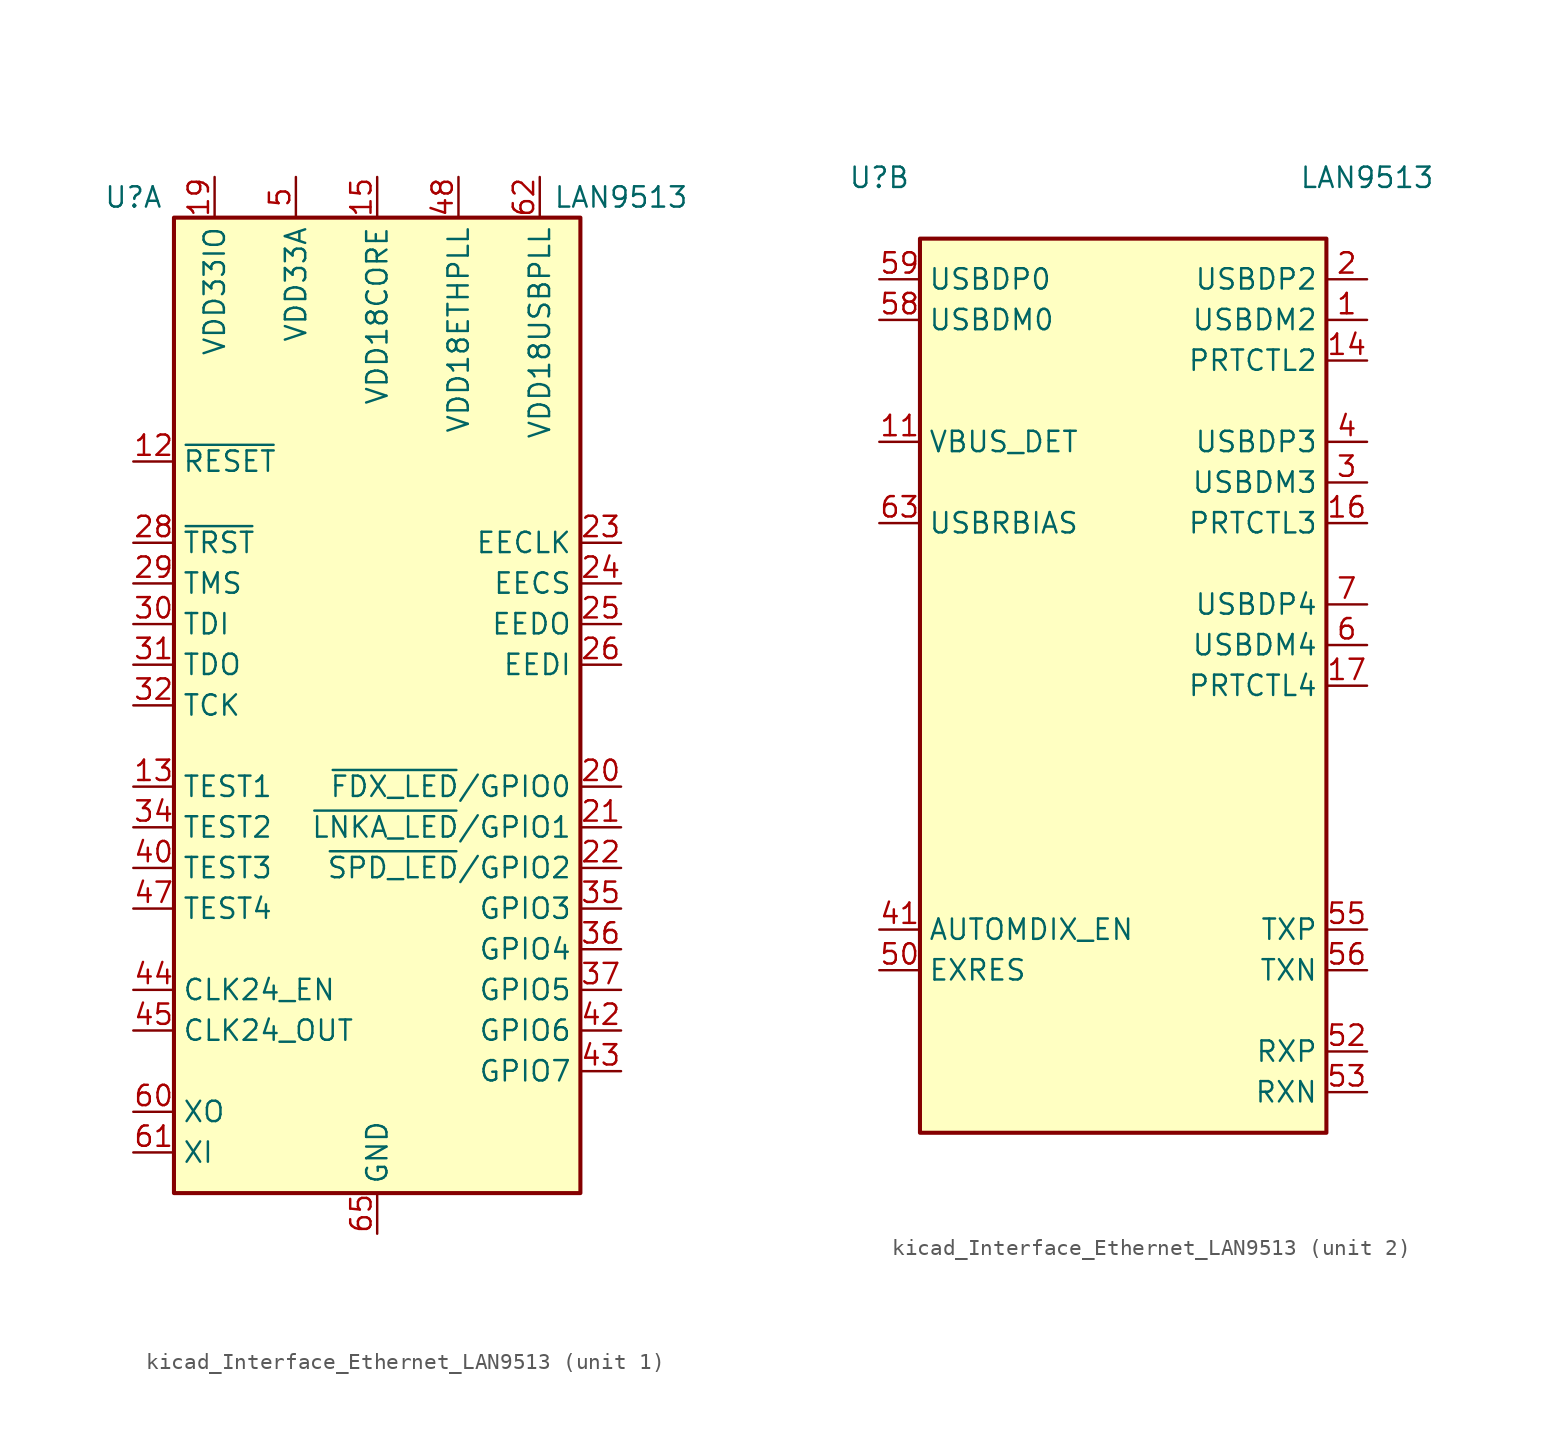
<source format=kicad_sym>
(kicad_symbol_lib
  (version 20220914)
  (generator kicad_symbol_editor)
  (symbol "kicad_Interface_Ethernet_LAN9513"
    (property "Reference" "U"
      (at -15.24 31.75 0)
      (effects (font (size 1.27 1.27))))
    (property "Value" "LAN9513"
      (at 15.24 31.75 0)
      (effects (font (size 1.27 1.27))))
    (property "ki_locked" ""
      (at 0 0 0)
      (effects (font (size 1.27 1.27))))
    (symbol "kicad_Interface_Ethernet_LAN9513_1_1"
      (rectangle (start -12.7 30.48) (end 12.7 -30.48) (stroke (width 0.254) (type default)) (fill (type background)))
      (pin passive line (at -5.08 33.02 270) (length 2.54) hide (name "VDD33A" (effects (font (size 1.27 1.27)))) (number "10" (effects (font (size 1.27 1.27)))))
      (pin input line (at -15.24 15.24 0) (length 2.54) (name "~{RESET}" (effects (font (size 1.27 1.27)))) (number "12" (effects (font (size 1.27 1.27)))))
      (pin input line (at -15.24 -5.08 0) (length 2.54) (name "TEST1" (effects (font (size 1.27 1.27)))) (number "13" (effects (font (size 1.27 1.27)))))
      (pin power_in line (at 0 33.02 270) (length 2.54) (name "VDD18CORE" (effects (font (size 1.27 1.27)))) (number "15" (effects (font (size 1.27 1.27)))))
      (pin power_in line (at -10.16 33.02 270) (length 2.54) (name "VDD33IO" (effects (font (size 1.27 1.27)))) (number "19" (effects (font (size 1.27 1.27)))))
      (pin bidirectional line (at 15.24 -5.08 180) (length 2.54) (name "~{FDX_LED}/GPIO0" (effects (font (size 1.27 1.27)))) (number "20" (effects (font (size 1.27 1.27)))))
      (pin bidirectional line (at 15.24 -7.62 180) (length 2.54) (name "~{LNKA_LED}/GPIO1" (effects (font (size 1.27 1.27)))) (number "21" (effects (font (size 1.27 1.27)))))
      (pin bidirectional line (at 15.24 -10.16 180) (length 2.54) (name "~{SPD_LED}/GPIO2" (effects (font (size 1.27 1.27)))) (number "22" (effects (font (size 1.27 1.27)))))
      (pin output line (at 15.24 10.16 180) (length 2.54) (name "EECLK" (effects (font (size 1.27 1.27)))) (number "23" (effects (font (size 1.27 1.27)))))
      (pin output line (at 15.24 7.62 180) (length 2.54) (name "EECS" (effects (font (size 1.27 1.27)))) (number "24" (effects (font (size 1.27 1.27)))))
      (pin output line (at 15.24 5.08 180) (length 2.54) (name "EEDO" (effects (font (size 1.27 1.27)))) (number "25" (effects (font (size 1.27 1.27)))))
      (pin input line (at 15.24 2.54 180) (length 2.54) (name "EEDI" (effects (font (size 1.27 1.27)))) (number "26" (effects (font (size 1.27 1.27)))))
      (pin passive line (at -10.16 33.02 270) (length 2.54) hide (name "VDD33IO" (effects (font (size 1.27 1.27)))) (number "27" (effects (font (size 1.27 1.27)))))
      (pin input line (at -15.24 10.16 0) (length 2.54) (name "~{TRST}" (effects (font (size 1.27 1.27)))) (number "28" (effects (font (size 1.27 1.27)))))
      (pin input line (at -15.24 7.62 0) (length 2.54) (name "TMS" (effects (font (size 1.27 1.27)))) (number "29" (effects (font (size 1.27 1.27)))))
      (pin input line (at -15.24 5.08 0) (length 2.54) (name "TDI" (effects (font (size 1.27 1.27)))) (number "30" (effects (font (size 1.27 1.27)))))
      (pin output line (at -15.24 2.54 0) (length 2.54) (name "TDO" (effects (font (size 1.27 1.27)))) (number "31" (effects (font (size 1.27 1.27)))))
      (pin input line (at -15.24 0 0) (length 2.54) (name "TCK" (effects (font (size 1.27 1.27)))) (number "32" (effects (font (size 1.27 1.27)))))
      (pin passive line (at -10.16 33.02 270) (length 2.54) hide (name "VDD33IO" (effects (font (size 1.27 1.27)))) (number "33" (effects (font (size 1.27 1.27)))))
      (pin input line (at -15.24 -7.62 0) (length 2.54) (name "TEST2" (effects (font (size 1.27 1.27)))) (number "34" (effects (font (size 1.27 1.27)))))
      (pin bidirectional line (at 15.24 -12.7 180) (length 2.54) (name "GPIO3" (effects (font (size 1.27 1.27)))) (number "35" (effects (font (size 1.27 1.27)))))
      (pin bidirectional line (at 15.24 -15.24 180) (length 2.54) (name "GPIO4" (effects (font (size 1.27 1.27)))) (number "36" (effects (font (size 1.27 1.27)))))
      (pin bidirectional line (at 15.24 -17.78 180) (length 2.54) (name "GPIO5" (effects (font (size 1.27 1.27)))) (number "37" (effects (font (size 1.27 1.27)))))
      (pin passive line (at 0 33.02 270) (length 2.54) hide (name "VDD18CORE" (effects (font (size 1.27 1.27)))) (number "38" (effects (font (size 1.27 1.27)))))
      (pin passive line (at -10.16 33.02 270) (length 2.54) hide (name "VDD33IO" (effects (font (size 1.27 1.27)))) (number "39" (effects (font (size 1.27 1.27)))))
      (pin input line (at -15.24 -10.16 0) (length 2.54) (name "TEST3" (effects (font (size 1.27 1.27)))) (number "40" (effects (font (size 1.27 1.27)))))
      (pin bidirectional line (at 15.24 -20.32 180) (length 2.54) (name "GPIO6" (effects (font (size 1.27 1.27)))) (number "42" (effects (font (size 1.27 1.27)))))
      (pin bidirectional line (at 15.24 -22.86 180) (length 2.54) (name "GPIO7" (effects (font (size 1.27 1.27)))) (number "43" (effects (font (size 1.27 1.27)))))
      (pin input line (at -15.24 -17.78 0) (length 2.54) (name "CLK24_EN" (effects (font (size 1.27 1.27)))) (number "44" (effects (font (size 1.27 1.27)))))
      (pin output line (at -15.24 -20.32 0) (length 2.54) (name "CLK24_OUT" (effects (font (size 1.27 1.27)))) (number "45" (effects (font (size 1.27 1.27)))))
      (pin passive line (at -10.16 33.02 270) (length 2.54) hide (name "VDD33IO" (effects (font (size 1.27 1.27)))) (number "46" (effects (font (size 1.27 1.27)))))
      (pin input line (at -15.24 -12.7 0) (length 2.54) (name "TEST4" (effects (font (size 1.27 1.27)))) (number "47" (effects (font (size 1.27 1.27)))))
      (pin power_in line (at 5.08 33.02 270) (length 2.54) (name "VDD18ETHPLL" (effects (font (size 1.27 1.27)))) (number "48" (effects (font (size 1.27 1.27)))))
      (pin passive line (at -5.08 33.02 270) (length 2.54) hide (name "VDD33A" (effects (font (size 1.27 1.27)))) (number "49" (effects (font (size 1.27 1.27)))))
      (pin power_in line (at -5.08 33.02 270) (length 2.54) (name "VDD33A" (effects (font (size 1.27 1.27)))) (number "5" (effects (font (size 1.27 1.27)))))
      (pin passive line (at -5.08 33.02 270) (length 2.54) hide (name "VDD33A" (effects (font (size 1.27 1.27)))) (number "51" (effects (font (size 1.27 1.27)))))
      (pin passive line (at -5.08 33.02 270) (length 2.54) hide (name "VDD33A" (effects (font (size 1.27 1.27)))) (number "54" (effects (font (size 1.27 1.27)))))
      (pin passive line (at -5.08 33.02 270) (length 2.54) hide (name "VDD33A" (effects (font (size 1.27 1.27)))) (number "57" (effects (font (size 1.27 1.27)))))
      (pin input line (at -15.24 -25.4 0) (length 2.54) (name "XO" (effects (font (size 1.27 1.27)))) (number "60" (effects (font (size 1.27 1.27)))))
      (pin input line (at -15.24 -27.94 0) (length 2.54) (name "XI" (effects (font (size 1.27 1.27)))) (number "61" (effects (font (size 1.27 1.27)))))
      (pin power_in line (at 10.16 33.02 270) (length 2.54) (name "VDD18USBPLL" (effects (font (size 1.27 1.27)))) (number "62" (effects (font (size 1.27 1.27)))))
      (pin passive line (at -5.08 33.02 270) (length 2.54) hide (name "VDD33A" (effects (font (size 1.27 1.27)))) (number "64" (effects (font (size 1.27 1.27)))))
      (pin power_in line (at 0 -33.02 90) (length 2.54) (name "GND" (effects (font (size 1.27 1.27)))) (number "65" (effects (font (size 1.27 1.27))))))
    (symbol "kicad_Interface_Ethernet_LAN9513_2_1"
      (rectangle (start 12.7 -27.94) (end -12.7 27.94) (stroke (width 0.254) (type default)) (fill (type background)))
      (pin bidirectional line (at 15.24 22.86 180) (length 2.54) (name "USBDM2" (effects (font (size 1.27 1.27)))) (number "1" (effects (font (size 1.27 1.27)))))
      (pin input line (at -15.24 15.24 0) (length 2.54) (name "VBUS_DET" (effects (font (size 1.27 1.27)))) (number "11" (effects (font (size 1.27 1.27)))))
      (pin bidirectional line (at 15.24 20.32 180) (length 2.54) (name "PRTCTL2" (effects (font (size 1.27 1.27)))) (number "14" (effects (font (size 1.27 1.27)))))
      (pin bidirectional line (at 15.24 10.16 180) (length 2.54) (name "PRTCTL3" (effects (font (size 1.27 1.27)))) (number "16" (effects (font (size 1.27 1.27)))))
      (pin bidirectional line (at 15.24 0 180) (length 2.54) (name "PRTCTL4" (effects (font (size 1.27 1.27)))) (number "17" (effects (font (size 1.27 1.27)))))
      (pin no_connect line (at 12.7 -10.16 180) (length 2.54) hide (name "NC" (effects (font (size 1.27 1.27)))) (number "18" (effects (font (size 1.27 1.27)))))
      (pin bidirectional line (at 15.24 25.4 180) (length 2.54) (name "USBDP2" (effects (font (size 1.27 1.27)))) (number "2" (effects (font (size 1.27 1.27)))))
      (pin bidirectional line (at 15.24 12.7 180) (length 2.54) (name "USBDM3" (effects (font (size 1.27 1.27)))) (number "3" (effects (font (size 1.27 1.27)))))
      (pin bidirectional line (at 15.24 15.24 180) (length 2.54) (name "USBDP3" (effects (font (size 1.27 1.27)))) (number "4" (effects (font (size 1.27 1.27)))))
      (pin input line (at -15.24 -15.24 0) (length 2.54) (name "AUTOMDIX_EN" (effects (font (size 1.27 1.27)))) (number "41" (effects (font (size 1.27 1.27)))))
      (pin input line (at -15.24 -17.78 0) (length 2.54) (name "EXRES" (effects (font (size 1.27 1.27)))) (number "50" (effects (font (size 1.27 1.27)))))
      (pin input line (at 15.24 -22.86 180) (length 2.54) (name "RXP" (effects (font (size 1.27 1.27)))) (number "52" (effects (font (size 1.27 1.27)))))
      (pin input line (at 15.24 -25.4 180) (length 2.54) (name "RXN" (effects (font (size 1.27 1.27)))) (number "53" (effects (font (size 1.27 1.27)))))
      (pin output line (at 15.24 -15.24 180) (length 2.54) (name "TXP" (effects (font (size 1.27 1.27)))) (number "55" (effects (font (size 1.27 1.27)))))
      (pin output line (at 15.24 -17.78 180) (length 2.54) (name "TXN" (effects (font (size 1.27 1.27)))) (number "56" (effects (font (size 1.27 1.27)))))
      (pin bidirectional line (at -15.24 22.86 0) (length 2.54) (name "USBDM0" (effects (font (size 1.27 1.27)))) (number "58" (effects (font (size 1.27 1.27)))))
      (pin bidirectional line (at -15.24 25.4 0) (length 2.54) (name "USBDP0" (effects (font (size 1.27 1.27)))) (number "59" (effects (font (size 1.27 1.27)))))
      (pin bidirectional line (at 15.24 2.54 180) (length 2.54) (name "USBDM4" (effects (font (size 1.27 1.27)))) (number "6" (effects (font (size 1.27 1.27)))))
      (pin input line (at -15.24 10.16 0) (length 2.54) (name "USBRBIAS" (effects (font (size 1.27 1.27)))) (number "63" (effects (font (size 1.27 1.27)))))
      (pin bidirectional line (at 15.24 5.08 180) (length 2.54) (name "USBDP4" (effects (font (size 1.27 1.27)))) (number "7" (effects (font (size 1.27 1.27)))))
      (pin no_connect line (at 12.7 -7.62 180) (length 2.54) hide (name "NC" (effects (font (size 1.27 1.27)))) (number "8" (effects (font (size 1.27 1.27)))))
      (pin no_connect line (at 12.7 -5.08 180) (length 2.54) hide (name "NC" (effects (font (size 1.27 1.27)))) (number "9" (effects (font (size 1.27 1.27))))))))
</source>
